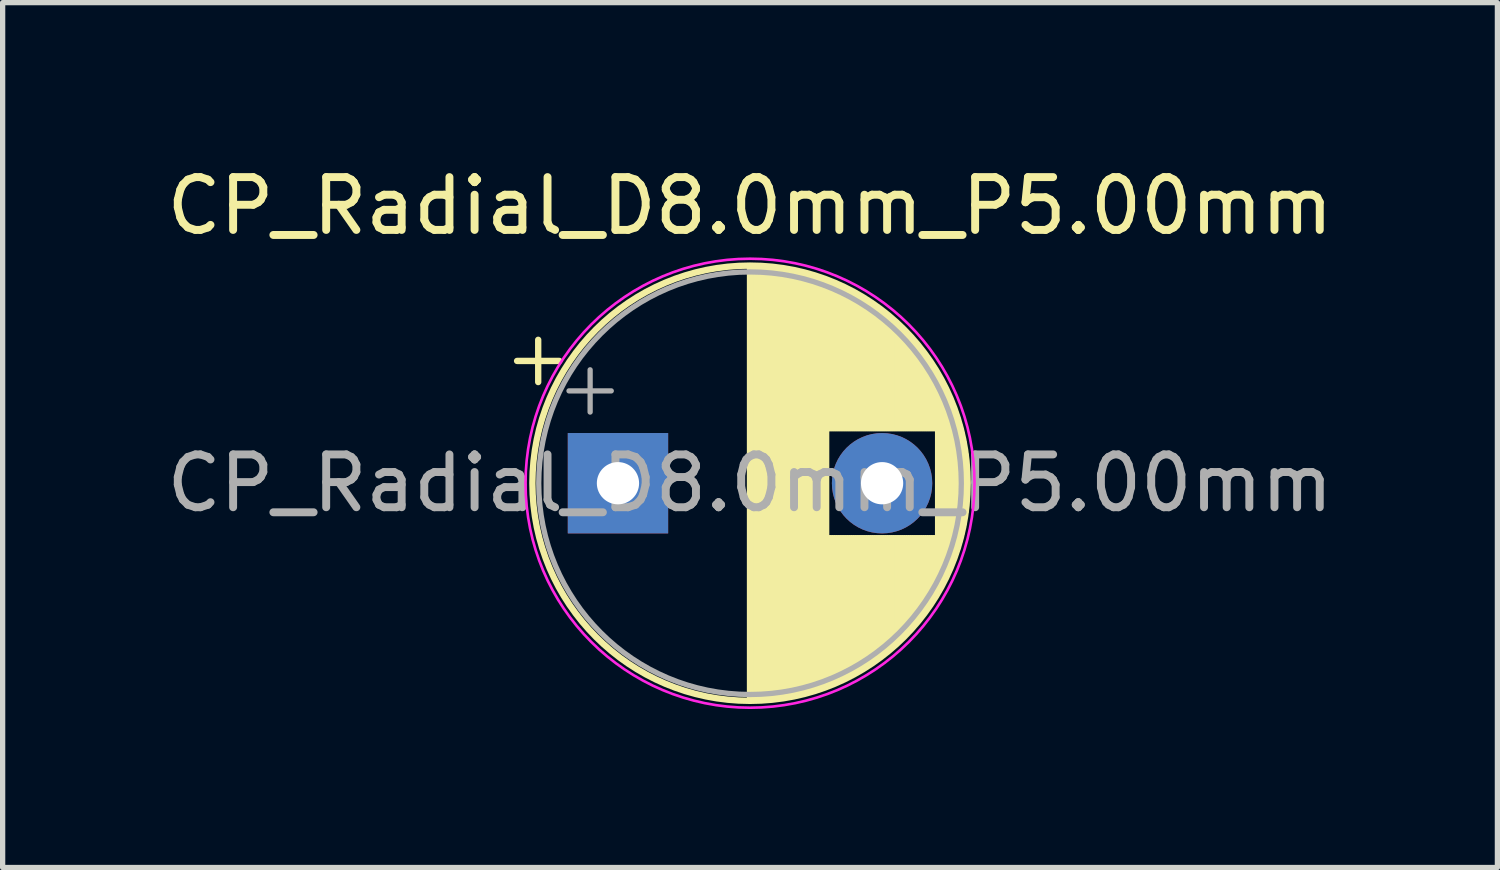
<source format=kicad_pcb>
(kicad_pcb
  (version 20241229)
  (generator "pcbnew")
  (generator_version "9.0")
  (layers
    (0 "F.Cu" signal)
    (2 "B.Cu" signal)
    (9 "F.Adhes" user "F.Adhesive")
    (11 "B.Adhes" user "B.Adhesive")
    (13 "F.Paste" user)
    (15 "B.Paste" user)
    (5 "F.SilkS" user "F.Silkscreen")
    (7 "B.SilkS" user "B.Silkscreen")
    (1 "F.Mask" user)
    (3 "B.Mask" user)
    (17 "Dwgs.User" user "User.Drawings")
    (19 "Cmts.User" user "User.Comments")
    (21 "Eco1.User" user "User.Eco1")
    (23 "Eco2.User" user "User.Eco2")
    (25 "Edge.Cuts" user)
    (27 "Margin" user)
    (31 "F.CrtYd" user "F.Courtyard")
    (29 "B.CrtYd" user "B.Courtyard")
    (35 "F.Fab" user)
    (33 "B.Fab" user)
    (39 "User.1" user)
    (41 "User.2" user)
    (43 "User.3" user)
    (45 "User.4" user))
  (footprint "CP_Radial_D8.0mm_P5.00mm"
    (layer "F.Cu")
    (at 8.649 6.098)
    (property "Reference" "CP_Radial_D8.0mm_P5.00mm" (at 2.5 -5.25 0) (layer "F.SilkS") (effects (font (size 1 1) (thickness 0.15))))
    (attr through_hole)
    (fp_line (start -1.91 -2.315) (end -1.11 -2.315) (stroke (width 0.12) (type solid)) (layer "F.SilkS"))
    (fp_line (start -1.51 -2.715) (end -1.51 -1.915) (stroke (width 0.12) (type solid)) (layer "F.SilkS"))
    (fp_line (start 2.5 -4.08) (end 2.5 4.08) (stroke (width 0.12) (type solid)) (layer "F.SilkS"))
    (fp_line (start 2.54 -4.08) (end 2.54 4.08) (stroke (width 0.12) (type solid)) (layer "F.SilkS"))
    (fp_line (start 2.58 -4.08) (end 2.58 4.08) (stroke (width 0.12) (type solid)) (layer "F.SilkS"))
    (fp_line (start 2.62 -4.079) (end 2.62 4.079) (stroke (width 0.12) (type solid)) (layer "F.SilkS"))
    (fp_line (start 2.66 -4.077) (end 2.66 4.077) (stroke (width 0.12) (type solid)) (layer "F.SilkS"))
    (fp_line (start 2.7 -4.076) (end 2.7 4.076) (stroke (width 0.12) (type solid)) (layer "F.SilkS"))
    (fp_line (start 2.74 -4.074) (end 2.74 4.074) (stroke (width 0.12) (type solid)) (layer "F.SilkS"))
    (fp_line (start 2.78 -4.071) (end 2.78 4.071) (stroke (width 0.12) (type solid)) (layer "F.SilkS"))
    (fp_line (start 2.82 -4.068) (end 2.82 4.068) (stroke (width 0.12) (type solid)) (layer "F.SilkS"))
    (fp_line (start 2.86 -4.065) (end 2.86 4.065) (stroke (width 0.12) (type solid)) (layer "F.SilkS"))
    (fp_line (start 2.9 -4.061) (end 2.9 4.061) (stroke (width 0.12) (type solid)) (layer "F.SilkS"))
    (fp_line (start 2.94 -4.057) (end 2.94 4.057) (stroke (width 0.12) (type solid)) (layer "F.SilkS"))
    (fp_line (start 2.98 -4.052) (end 2.98 4.052) (stroke (width 0.12) (type solid)) (layer "F.SilkS"))
    (fp_line (start 3.02 -4.048) (end 3.02 4.048) (stroke (width 0.12) (type solid)) (layer "F.SilkS"))
    (fp_line (start 3.06 -4.042) (end 3.06 4.042) (stroke (width 0.12) (type solid)) (layer "F.SilkS"))
    (fp_line (start 3.1 -4.037) (end 3.1 4.037) (stroke (width 0.12) (type solid)) (layer "F.SilkS"))
    (fp_line (start 3.14 -4.03) (end 3.14 4.03) (stroke (width 0.12) (type solid)) (layer "F.SilkS"))
    (fp_line (start 3.18 -4.024) (end 3.18 4.024) (stroke (width 0.12) (type solid)) (layer "F.SilkS"))
    (fp_line (start 3.221 -4.017) (end 3.221 4.017) (stroke (width 0.12) (type solid)) (layer "F.SilkS"))
    (fp_line (start 3.261 -4.01) (end 3.261 4.01) (stroke (width 0.12) (type solid)) (layer "F.SilkS"))
    (fp_line (start 3.301 -4.002) (end 3.301 4.002) (stroke (width 0.12) (type solid)) (layer "F.SilkS"))
    (fp_line (start 3.341 -3.994) (end 3.341 3.994) (stroke (width 0.12) (type solid)) (layer "F.SilkS"))
    (fp_line (start 3.381 -3.985) (end 3.381 3.985) (stroke (width 0.12) (type solid)) (layer "F.SilkS"))
    (fp_line (start 3.421 -3.976) (end 3.421 3.976) (stroke (width 0.12) (type solid)) (layer "F.SilkS"))
    (fp_line (start 3.461 -3.967) (end 3.461 3.967) (stroke (width 0.12) (type solid)) (layer "F.SilkS"))
    (fp_line (start 3.501 -3.957) (end 3.501 3.957) (stroke (width 0.12) (type solid)) (layer "F.SilkS"))
    (fp_line (start 3.541 -3.947) (end 3.541 3.947) (stroke (width 0.12) (type solid)) (layer "F.SilkS"))
    (fp_line (start 3.581 -3.936) (end 3.581 3.936) (stroke (width 0.12) (type solid)) (layer "F.SilkS"))
    (fp_line (start 3.621 -3.925) (end 3.621 3.925) (stroke (width 0.12) (type solid)) (layer "F.SilkS"))
    (fp_line (start 3.661 -3.914) (end 3.661 3.914) (stroke (width 0.12) (type solid)) (layer "F.SilkS"))
    (fp_line (start 3.701 -3.902) (end 3.701 3.902) (stroke (width 0.12) (type solid)) (layer "F.SilkS"))
    (fp_line (start 3.741 -3.889) (end 3.741 3.889) (stroke (width 0.12) (type solid)) (layer "F.SilkS"))
    (fp_line (start 3.781 -3.877) (end 3.781 3.877) (stroke (width 0.12) (type solid)) (layer "F.SilkS"))
    (fp_line (start 3.821 -3.863) (end 3.821 3.863) (stroke (width 0.12) (type solid)) (layer "F.SilkS"))
    (fp_line (start 3.861 -3.85) (end 3.861 3.85) (stroke (width 0.12) (type solid)) (layer "F.SilkS"))
    (fp_line (start 3.901 -3.835) (end 3.901 3.835) (stroke (width 0.12) (type solid)) (layer "F.SilkS"))
    (fp_line (start 3.941 -3.821) (end 3.941 3.821) (stroke (width 0.12) (type solid)) (layer "F.SilkS"))
    (fp_line (start 3.981 -3.805) (end 3.981 -1.04) (stroke (width 0.12) (type solid)) (layer "F.SilkS"))
    (fp_line (start 3.981 1.04) (end 3.981 3.805) (stroke (width 0.12) (type solid)) (layer "F.SilkS"))
    (fp_line (start 4.021 -3.79) (end 4.021 -1.04) (stroke (width 0.12) (type solid)) (layer "F.SilkS"))
    (fp_line (start 4.021 1.04) (end 4.021 3.79) (stroke (width 0.12) (type solid)) (layer "F.SilkS"))
    (fp_line (start 4.061 -3.774) (end 4.061 -1.04) (stroke (width 0.12) (type solid)) (layer "F.SilkS"))
    (fp_line (start 4.061 1.04) (end 4.061 3.774) (stroke (width 0.12) (type solid)) (layer "F.SilkS"))
    (fp_line (start 4.101 -3.757) (end 4.101 -1.04) (stroke (width 0.12) (type solid)) (layer "F.SilkS"))
    (fp_line (start 4.101 1.04) (end 4.101 3.757) (stroke (width 0.12) (type solid)) (layer "F.SilkS"))
    (fp_line (start 4.141 -3.74) (end 4.141 -1.04) (stroke (width 0.12) (type solid)) (layer "F.SilkS"))
    (fp_line (start 4.141 1.04) (end 4.141 3.74) (stroke (width 0.12) (type solid)) (layer "F.SilkS"))
    (fp_line (start 4.181 -3.722) (end 4.181 -1.04) (stroke (width 0.12) (type solid)) (layer "F.SilkS"))
    (fp_line (start 4.181 1.04) (end 4.181 3.722) (stroke (width 0.12) (type solid)) (layer "F.SilkS"))
    (fp_line (start 4.221 -3.704) (end 4.221 -1.04) (stroke (width 0.12) (type solid)) (layer "F.SilkS"))
    (fp_line (start 4.221 1.04) (end 4.221 3.704) (stroke (width 0.12) (type solid)) (layer "F.SilkS"))
    (fp_line (start 4.261 -3.686) (end 4.261 -1.04) (stroke (width 0.12) (type solid)) (layer "F.SilkS"))
    (fp_line (start 4.261 1.04) (end 4.261 3.686) (stroke (width 0.12) (type solid)) (layer "F.SilkS"))
    (fp_line (start 4.301 -3.666) (end 4.301 -1.04) (stroke (width 0.12) (type solid)) (layer "F.SilkS"))
    (fp_line (start 4.301 1.04) (end 4.301 3.666) (stroke (width 0.12) (type solid)) (layer "F.SilkS"))
    (fp_line (start 4.341 -3.647) (end 4.341 -1.04) (stroke (width 0.12) (type solid)) (layer "F.SilkS"))
    (fp_line (start 4.341 1.04) (end 4.341 3.647) (stroke (width 0.12) (type solid)) (layer "F.SilkS"))
    (fp_line (start 4.381 -3.627) (end 4.381 -1.04) (stroke (width 0.12) (type solid)) (layer "F.SilkS"))
    (fp_line (start 4.381 1.04) (end 4.381 3.627) (stroke (width 0.12) (type solid)) (layer "F.SilkS"))
    (fp_line (start 4.421 -3.606) (end 4.421 -1.04) (stroke (width 0.12) (type solid)) (layer "F.SilkS"))
    (fp_line (start 4.421 1.04) (end 4.421 3.606) (stroke (width 0.12) (type solid)) (layer "F.SilkS"))
    (fp_line (start 4.461 -3.584) (end 4.461 -1.04) (stroke (width 0.12) (type solid)) (layer "F.SilkS"))
    (fp_line (start 4.461 1.04) (end 4.461 3.584) (stroke (width 0.12) (type solid)) (layer "F.SilkS"))
    (fp_line (start 4.501 -3.562) (end 4.501 -1.04) (stroke (width 0.12) (type solid)) (layer "F.SilkS"))
    (fp_line (start 4.501 1.04) (end 4.501 3.562) (stroke (width 0.12) (type solid)) (layer "F.SilkS"))
    (fp_line (start 4.541 -3.54) (end 4.541 -1.04) (stroke (width 0.12) (type solid)) (layer "F.SilkS"))
    (fp_line (start 4.541 1.04) (end 4.541 3.54) (stroke (width 0.12) (type solid)) (layer "F.SilkS"))
    (fp_line (start 4.581 -3.517) (end 4.581 -1.04) (stroke (width 0.12) (type solid)) (layer "F.SilkS"))
    (fp_line (start 4.581 1.04) (end 4.581 3.517) (stroke (width 0.12) (type solid)) (layer "F.SilkS"))
    (fp_line (start 4.621 -3.493) (end 4.621 -1.04) (stroke (width 0.12) (type solid)) (layer "F.SilkS"))
    (fp_line (start 4.621 1.04) (end 4.621 3.493) (stroke (width 0.12) (type solid)) (layer "F.SilkS"))
    (fp_line (start 4.661 -3.469) (end 4.661 -1.04) (stroke (width 0.12) (type solid)) (layer "F.SilkS"))
    (fp_line (start 4.661 1.04) (end 4.661 3.469) (stroke (width 0.12) (type solid)) (layer "F.SilkS"))
    (fp_line (start 4.701 -3.444) (end 4.701 -1.04) (stroke (width 0.12) (type solid)) (layer "F.SilkS"))
    (fp_line (start 4.701 1.04) (end 4.701 3.444) (stroke (width 0.12) (type solid)) (layer "F.SilkS"))
    (fp_line (start 4.741 -3.418) (end 4.741 -1.04) (stroke (width 0.12) (type solid)) (layer "F.SilkS"))
    (fp_line (start 4.741 1.04) (end 4.741 3.418) (stroke (width 0.12) (type solid)) (layer "F.SilkS"))
    (fp_line (start 4.781 -3.392) (end 4.781 -1.04) (stroke (width 0.12) (type solid)) (layer "F.SilkS"))
    (fp_line (start 4.781 1.04) (end 4.781 3.392) (stroke (width 0.12) (type solid)) (layer "F.SilkS"))
    (fp_line (start 4.821 -3.365) (end 4.821 -1.04) (stroke (width 0.12) (type solid)) (layer "F.SilkS"))
    (fp_line (start 4.821 1.04) (end 4.821 3.365) (stroke (width 0.12) (type solid)) (layer "F.SilkS"))
    (fp_line (start 4.861 -3.338) (end 4.861 -1.04) (stroke (width 0.12) (type solid)) (layer "F.SilkS"))
    (fp_line (start 4.861 1.04) (end 4.861 3.338) (stroke (width 0.12) (type solid)) (layer "F.SilkS"))
    (fp_line (start 4.901 -3.309) (end 4.901 -1.04) (stroke (width 0.12) (type solid)) (layer "F.SilkS"))
    (fp_line (start 4.901 1.04) (end 4.901 3.309) (stroke (width 0.12) (type solid)) (layer "F.SilkS"))
    (fp_line (start 4.941 -3.28) (end 4.941 -1.04) (stroke (width 0.12) (type solid)) (layer "F.SilkS"))
    (fp_line (start 4.941 1.04) (end 4.941 3.28) (stroke (width 0.12) (type solid)) (layer "F.SilkS"))
    (fp_line (start 4.981 -3.25) (end 4.981 -1.04) (stroke (width 0.12) (type solid)) (layer "F.SilkS"))
    (fp_line (start 4.981 1.04) (end 4.981 3.25) (stroke (width 0.12) (type solid)) (layer "F.SilkS"))
    (fp_line (start 5.021 -3.22) (end 5.021 -1.04) (stroke (width 0.12) (type solid)) (layer "F.SilkS"))
    (fp_line (start 5.021 1.04) (end 5.021 3.22) (stroke (width 0.12) (type solid)) (layer "F.SilkS"))
    (fp_line (start 5.061 -3.189) (end 5.061 -1.04) (stroke (width 0.12) (type solid)) (layer "F.SilkS"))
    (fp_line (start 5.061 1.04) (end 5.061 3.189) (stroke (width 0.12) (type solid)) (layer "F.SilkS"))
    (fp_line (start 5.101 -3.156) (end 5.101 -1.04) (stroke (width 0.12) (type solid)) (layer "F.SilkS"))
    (fp_line (start 5.101 1.04) (end 5.101 3.156) (stroke (width 0.12) (type solid)) (layer "F.SilkS"))
    (fp_line (start 5.141 -3.124) (end 5.141 -1.04) (stroke (width 0.12) (type solid)) (layer "F.SilkS"))
    (fp_line (start 5.141 1.04) (end 5.141 3.124) (stroke (width 0.12) (type solid)) (layer "F.SilkS"))
    (fp_line (start 5.181 -3.09) (end 5.181 -1.04) (stroke (width 0.12) (type solid)) (layer "F.SilkS"))
    (fp_line (start 5.181 1.04) (end 5.181 3.09) (stroke (width 0.12) (type solid)) (layer "F.SilkS"))
    (fp_line (start 5.221 -3.055) (end 5.221 -1.04) (stroke (width 0.12) (type solid)) (layer "F.SilkS"))
    (fp_line (start 5.221 1.04) (end 5.221 3.055) (stroke (width 0.12) (type solid)) (layer "F.SilkS"))
    (fp_line (start 5.261 -3.019) (end 5.261 -1.04) (stroke (width 0.12) (type solid)) (layer "F.SilkS"))
    (fp_line (start 5.261 1.04) (end 5.261 3.019) (stroke (width 0.12) (type solid)) (layer "F.SilkS"))
    (fp_line (start 5.301 -2.983) (end 5.301 -1.04) (stroke (width 0.12) (type solid)) (layer "F.SilkS"))
    (fp_line (start 5.301 1.04) (end 5.301 2.983) (stroke (width 0.12) (type solid)) (layer "F.SilkS"))
    (fp_line (start 5.341 -2.945) (end 5.341 -1.04) (stroke (width 0.12) (type solid)) (layer "F.SilkS"))
    (fp_line (start 5.341 1.04) (end 5.341 2.945) (stroke (width 0.12) (type solid)) (layer "F.SilkS"))
    (fp_line (start 5.381 -2.907) (end 5.381 -1.04) (stroke (width 0.12) (type solid)) (layer "F.SilkS"))
    (fp_line (start 5.381 1.04) (end 5.381 2.907) (stroke (width 0.12) (type solid)) (layer "F.SilkS"))
    (fp_line (start 5.421 -2.867) (end 5.421 -1.04) (stroke (width 0.12) (type solid)) (layer "F.SilkS"))
    (fp_line (start 5.421 1.04) (end 5.421 2.867) (stroke (width 0.12) (type solid)) (layer "F.SilkS"))
    (fp_line (start 5.461 -2.826) (end 5.461 -1.04) (stroke (width 0.12) (type solid)) (layer "F.SilkS"))
    (fp_line (start 5.461 1.04) (end 5.461 2.826) (stroke (width 0.12) (type solid)) (layer "F.SilkS"))
    (fp_line (start 5.501 -2.784) (end 5.501 -1.04) (stroke (width 0.12) (type solid)) (layer "F.SilkS"))
    (fp_line (start 5.501 1.04) (end 5.501 2.784) (stroke (width 0.12) (type solid)) (layer "F.SilkS"))
    (fp_line (start 5.541 -2.741) (end 5.541 -1.04) (stroke (width 0.12) (type solid)) (layer "F.SilkS"))
    (fp_line (start 5.541 1.04) (end 5.541 2.741) (stroke (width 0.12) (type solid)) (layer "F.SilkS"))
    (fp_line (start 5.581 -2.697) (end 5.581 -1.04) (stroke (width 0.12) (type solid)) (layer "F.SilkS"))
    (fp_line (start 5.581 1.04) (end 5.581 2.697) (stroke (width 0.12) (type solid)) (layer "F.SilkS"))
    (fp_line (start 5.621 -2.651) (end 5.621 -1.04) (stroke (width 0.12) (type solid)) (layer "F.SilkS"))
    (fp_line (start 5.621 1.04) (end 5.621 2.651) (stroke (width 0.12) (type solid)) (layer "F.SilkS"))
    (fp_line (start 5.661 -2.604) (end 5.661 -1.04) (stroke (width 0.12) (type solid)) (layer "F.SilkS"))
    (fp_line (start 5.661 1.04) (end 5.661 2.604) (stroke (width 0.12) (type solid)) (layer "F.SilkS"))
    (fp_line (start 5.701 -2.556) (end 5.701 -1.04) (stroke (width 0.12) (type solid)) (layer "F.SilkS"))
    (fp_line (start 5.701 1.04) (end 5.701 2.556) (stroke (width 0.12) (type solid)) (layer "F.SilkS"))
    (fp_line (start 5.741 -2.505) (end 5.741 -1.04) (stroke (width 0.12) (type solid)) (layer "F.SilkS"))
    (fp_line (start 5.741 1.04) (end 5.741 2.505) (stroke (width 0.12) (type solid)) (layer "F.SilkS"))
    (fp_line (start 5.781 -2.454) (end 5.781 -1.04) (stroke (width 0.12) (type solid)) (layer "F.SilkS"))
    (fp_line (start 5.781 1.04) (end 5.781 2.454) (stroke (width 0.12) (type solid)) (layer "F.SilkS"))
    (fp_line (start 5.821 -2.4) (end 5.821 -1.04) (stroke (width 0.12) (type solid)) (layer "F.SilkS"))
    (fp_line (start 5.821 1.04) (end 5.821 2.4) (stroke (width 0.12) (type solid)) (layer "F.SilkS"))
    (fp_line (start 5.861 -2.345) (end 5.861 -1.04) (stroke (width 0.12) (type solid)) (layer "F.SilkS"))
    (fp_line (start 5.861 1.04) (end 5.861 2.345) (stroke (width 0.12) (type solid)) (layer "F.SilkS"))
    (fp_line (start 5.901 -2.287) (end 5.901 -1.04) (stroke (width 0.12) (type solid)) (layer "F.SilkS"))
    (fp_line (start 5.901 1.04) (end 5.901 2.287) (stroke (width 0.12) (type solid)) (layer "F.SilkS"))
    (fp_line (start 5.941 -2.228) (end 5.941 -1.04) (stroke (width 0.12) (type solid)) (layer "F.SilkS"))
    (fp_line (start 5.941 1.04) (end 5.941 2.228) (stroke (width 0.12) (type solid)) (layer "F.SilkS"))
    (fp_line (start 5.981 -2.166) (end 5.981 -1.04) (stroke (width 0.12) (type solid)) (layer "F.SilkS"))
    (fp_line (start 5.981 1.04) (end 5.981 2.166) (stroke (width 0.12) (type solid)) (layer "F.SilkS"))
    (fp_line (start 6.021 -2.102) (end 6.021 -1.04) (stroke (width 0.12) (type solid)) (layer "F.SilkS"))
    (fp_line (start 6.021 1.04) (end 6.021 2.102) (stroke (width 0.12) (type solid)) (layer "F.SilkS"))
    (fp_line (start 6.061 -2.034) (end 6.061 2.034) (stroke (width 0.12) (type solid)) (layer "F.SilkS"))
    (fp_line (start 6.101 -1.964) (end 6.101 1.964) (stroke (width 0.12) (type solid)) (layer "F.SilkS"))
    (fp_line (start 6.141 -1.89) (end 6.141 1.89) (stroke (width 0.12) (type solid)) (layer "F.SilkS"))
    (fp_line (start 6.181 -1.813) (end 6.181 1.813) (stroke (width 0.12) (type solid)) (layer "F.SilkS"))
    (fp_line (start 6.221 -1.731) (end 6.221 1.731) (stroke (width 0.12) (type solid)) (layer "F.SilkS"))
    (fp_line (start 6.261 -1.645) (end 6.261 1.645) (stroke (width 0.12) (type solid)) (layer "F.SilkS"))
    (fp_line (start 6.301 -1.552) (end 6.301 1.552) (stroke (width 0.12) (type solid)) (layer "F.SilkS"))
    (fp_line (start 6.341 -1.453) (end 6.341 1.453) (stroke (width 0.12) (type solid)) (layer "F.SilkS"))
    (fp_line (start 6.381 -1.346) (end 6.381 1.346) (stroke (width 0.12) (type solid)) (layer "F.SilkS"))
    (fp_line (start 6.421 -1.229) (end 6.421 1.229) (stroke (width 0.12) (type solid)) (layer "F.SilkS"))
    (fp_line (start 6.461 -1.098) (end 6.461 1.098) (stroke (width 0.12) (type solid)) (layer "F.SilkS"))
    (fp_line (start 6.501 -0.948) (end 6.501 0.948) (stroke (width 0.12) (type solid)) (layer "F.SilkS"))
    (fp_line (start 6.541 -0.768) (end 6.541 0.768) (stroke (width 0.12) (type solid)) (layer "F.SilkS"))
    (fp_line (start 6.581 -0.533) (end 6.581 0.533) (stroke (width 0.12) (type solid)) (layer "F.SilkS"))
    (fp_circle (center 2.5 0) (end 6.62 0) (stroke (width 0.12) (type solid)) (fill no) (layer "F.SilkS"))
    (fp_circle (center 2.5 0) (end 6.75 0) (stroke (width 0.05) (type solid)) (fill no) (layer "F.CrtYd"))
    (fp_line (start -0.927 -1.748) (end -0.127 -1.748) (stroke (width 0.1) (type solid)) (layer "F.Fab"))
    (fp_line (start -0.527 -2.147) (end -0.527 -1.347) (stroke (width 0.1) (type solid)) (layer "F.Fab"))
    (fp_circle (center 2.5 0) (end 6.5 0) (stroke (width 0.1) (type solid)) (fill no) (layer "F.Fab"))
    (fp_text user "${REFERENCE}" (at 2.5 0 0) (layer "F.Fab") (effects (font (size 1 1) (thickness 0.15))))
    (pad "1" thru_hole rect (at 0 0) (size 1.9 1.9) (drill 0.8) (layers "*.Cu" "*.Mask"))
    (pad "2" thru_hole circle (at 5 0) (size 1.9 1.9) (drill 0.8) (layers "*.Cu" "*.Mask")))
  (gr_rect
    (start -3 -3)
    (end 25.298 13.373)
    (stroke (width 0.1) (type default))
    (fill no)
    (layer "Edge.Cuts")))
</source>
